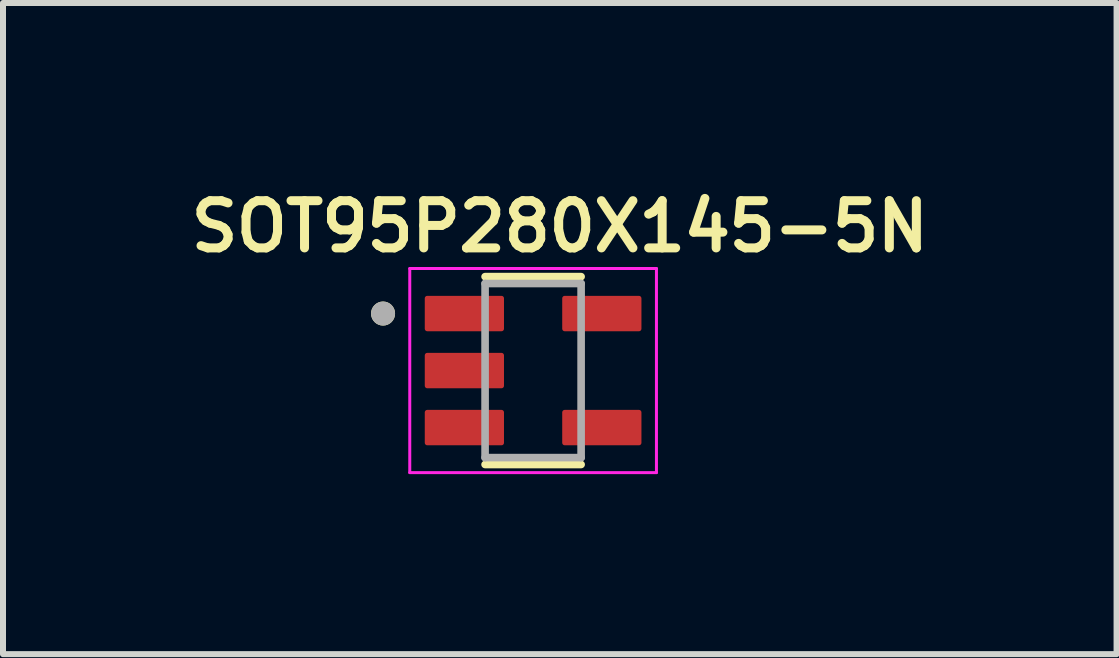
<source format=kicad_pcb>
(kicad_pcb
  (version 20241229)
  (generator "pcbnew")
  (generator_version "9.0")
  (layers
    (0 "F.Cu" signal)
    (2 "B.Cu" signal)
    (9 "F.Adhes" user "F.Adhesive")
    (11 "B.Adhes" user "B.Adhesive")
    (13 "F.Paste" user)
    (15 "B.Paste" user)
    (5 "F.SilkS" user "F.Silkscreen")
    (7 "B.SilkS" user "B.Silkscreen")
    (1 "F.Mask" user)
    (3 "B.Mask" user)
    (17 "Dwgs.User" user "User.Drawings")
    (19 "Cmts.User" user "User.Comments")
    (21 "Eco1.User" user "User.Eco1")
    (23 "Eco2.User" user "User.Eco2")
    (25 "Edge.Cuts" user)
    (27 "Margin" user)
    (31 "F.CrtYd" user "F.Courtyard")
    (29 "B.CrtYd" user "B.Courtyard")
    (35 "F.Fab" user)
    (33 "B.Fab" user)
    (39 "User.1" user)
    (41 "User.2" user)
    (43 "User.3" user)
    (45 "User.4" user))
  (footprint "SOT95P280X145-5N"
    (layer "F.Cu")
    (at 5.832 3.124)
    (property "Reference" "SOT95P280X145-5N" (at 0.445 -2.4 0) (layer "F.SilkS") (effects (font (size 0.787 0.787) (thickness 0.15))))
    (attr through_hole)
    (fp_line (start -0.8 -1.565) (end 0.8 -1.565) (stroke (width 0.127) (type solid)) (layer "F.SilkS"))
    (fp_line (start -0.8 1.565) (end 0.8 1.565) (stroke (width 0.127) (type solid)) (layer "F.SilkS"))
    (fp_circle (center -2.5 -0.95) (end -2.4 -0.95) (stroke (width 0.2) (type solid)) (fill no) (layer "F.SilkS"))
    (fp_line (start -2.055 -1.7) (end -2.055 1.7) (stroke (width 0.05) (type solid)) (layer "F.CrtYd"))
    (fp_line (start -2.055 1.7) (end 2.055 1.7) (stroke (width 0.05) (type solid)) (layer "F.CrtYd"))
    (fp_line (start 2.055 -1.7) (end -2.055 -1.7) (stroke (width 0.05) (type solid)) (layer "F.CrtYd"))
    (fp_line (start 2.055 1.7) (end 2.055 -1.7) (stroke (width 0.05) (type solid)) (layer "F.CrtYd"))
    (fp_line (start -0.8 -1.45) (end -0.8 1.45) (stroke (width 0.127) (type solid)) (layer "F.Fab"))
    (fp_line (start -0.8 -1.45) (end 0.8 -1.45) (stroke (width 0.127) (type solid)) (layer "F.Fab"))
    (fp_line (start -0.8 1.45) (end 0.8 1.45) (stroke (width 0.127) (type solid)) (layer "F.Fab"))
    (fp_line (start 0.8 -1.45) (end 0.8 1.45) (stroke (width 0.127) (type solid)) (layer "F.Fab"))
    (fp_circle (center -2.5 -0.95) (end -2.4 -0.95) (stroke (width 0.2) (type solid)) (fill no) (layer "F.Fab"))
    (pad "1" smd roundrect (at -1.145 -0.95) (size 1.32 0.59) (layers "F.Cu" "F.Mask" "F.Paste") (roundrect_rratio 0.07))
    (pad "2" smd roundrect (at -1.145 0) (size 1.32 0.59) (layers "F.Cu" "F.Mask" "F.Paste") (roundrect_rratio 0.07))
    (pad "3" smd roundrect (at -1.145 0.95) (size 1.32 0.59) (layers "F.Cu" "F.Mask" "F.Paste") (roundrect_rratio 0.07))
    (pad "4" smd roundrect (at 1.145 0.95) (size 1.32 0.59) (layers "F.Cu" "F.Mask" "F.Paste") (roundrect_rratio 0.07))
    (pad "5" smd roundrect (at 1.145 -0.95) (size 1.32 0.59) (layers "F.Cu" "F.Mask" "F.Paste") (roundrect_rratio 0.07)))
  (gr_rect
    (start -3 -3)
    (end 15.553 7.849)
    (stroke (width 0.1) (type default))
    (fill no)
    (layer "Edge.Cuts")))
</source>
